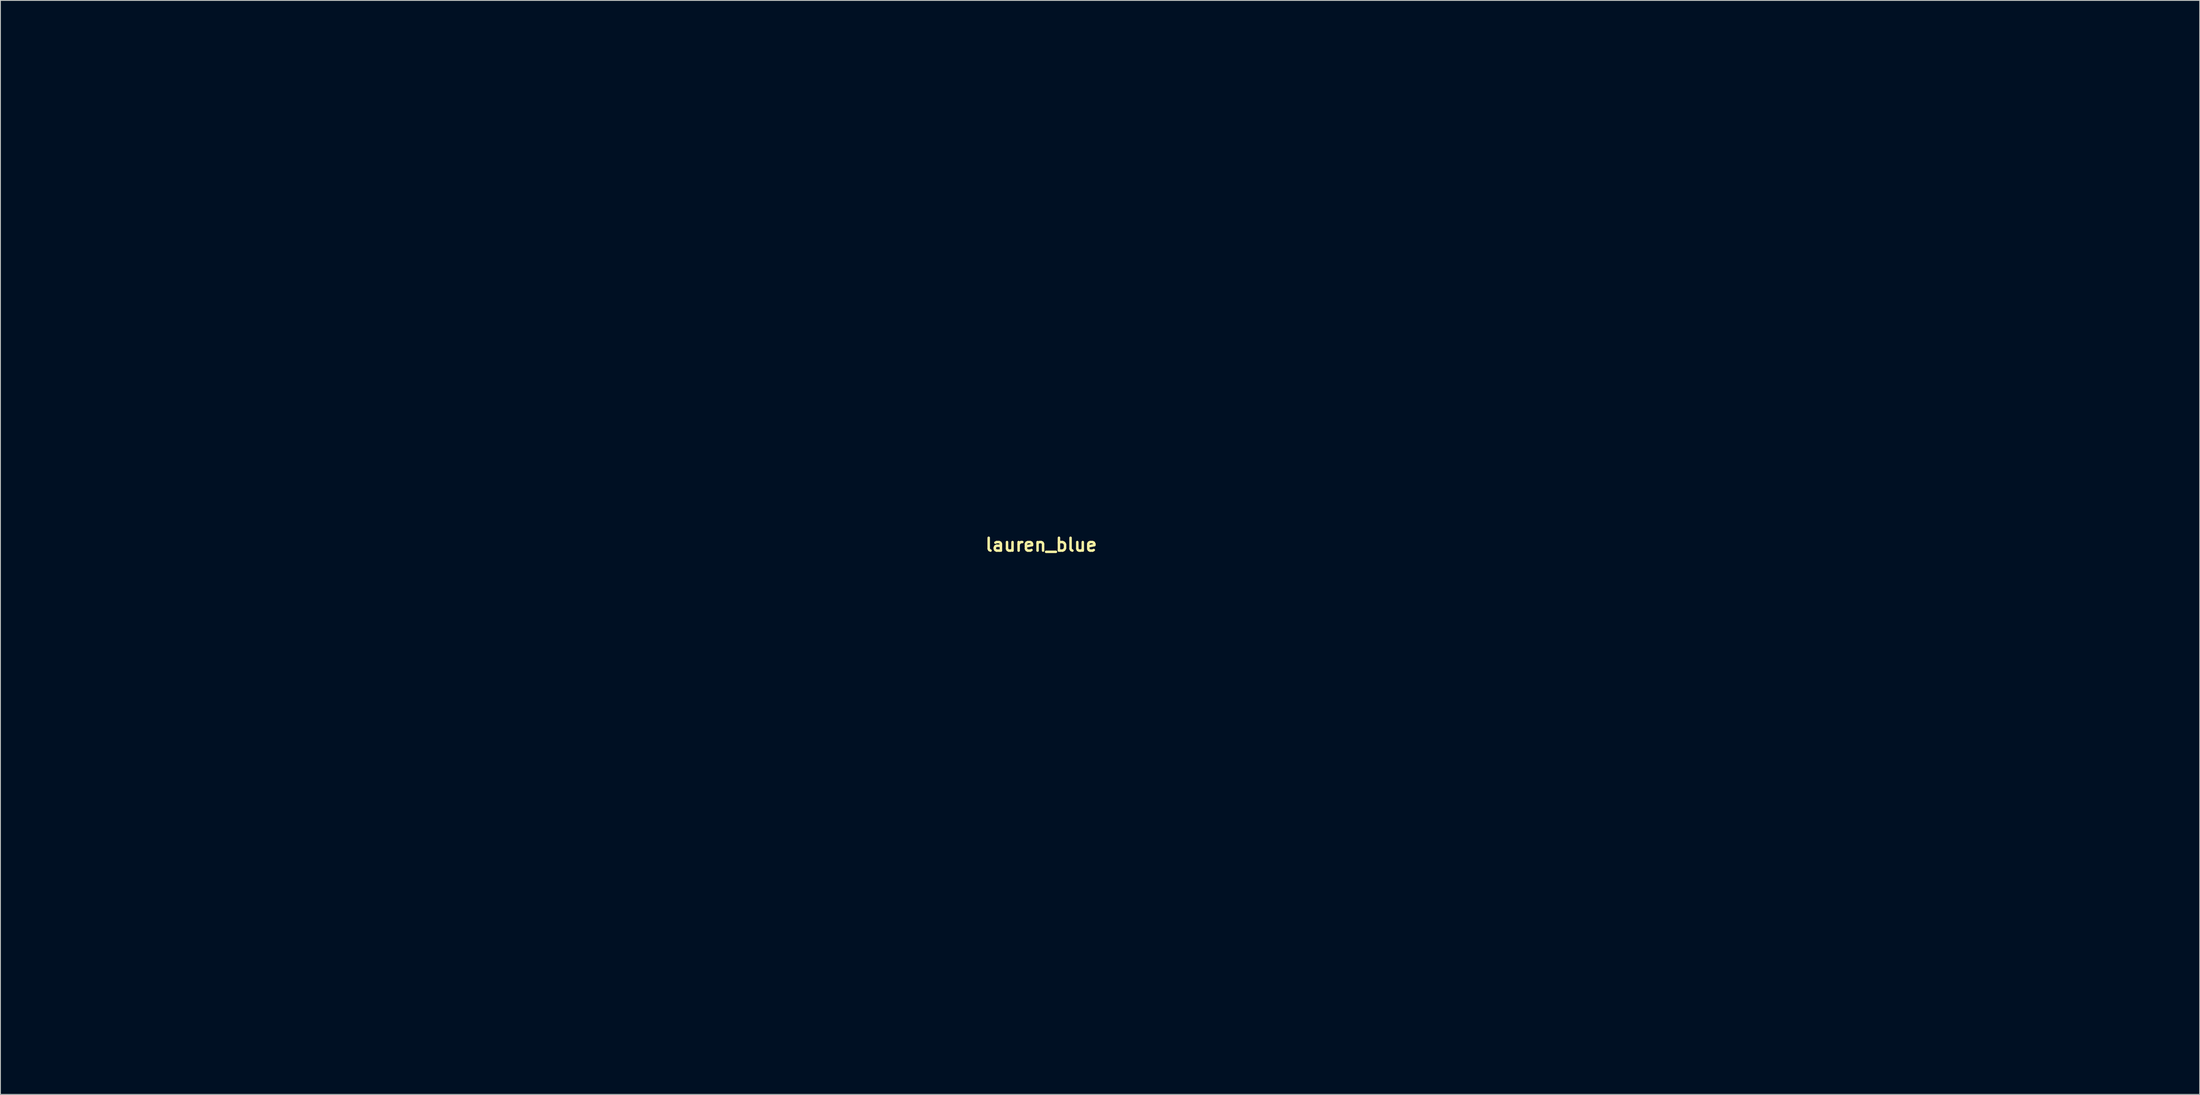
<source format=kicad_pcb>
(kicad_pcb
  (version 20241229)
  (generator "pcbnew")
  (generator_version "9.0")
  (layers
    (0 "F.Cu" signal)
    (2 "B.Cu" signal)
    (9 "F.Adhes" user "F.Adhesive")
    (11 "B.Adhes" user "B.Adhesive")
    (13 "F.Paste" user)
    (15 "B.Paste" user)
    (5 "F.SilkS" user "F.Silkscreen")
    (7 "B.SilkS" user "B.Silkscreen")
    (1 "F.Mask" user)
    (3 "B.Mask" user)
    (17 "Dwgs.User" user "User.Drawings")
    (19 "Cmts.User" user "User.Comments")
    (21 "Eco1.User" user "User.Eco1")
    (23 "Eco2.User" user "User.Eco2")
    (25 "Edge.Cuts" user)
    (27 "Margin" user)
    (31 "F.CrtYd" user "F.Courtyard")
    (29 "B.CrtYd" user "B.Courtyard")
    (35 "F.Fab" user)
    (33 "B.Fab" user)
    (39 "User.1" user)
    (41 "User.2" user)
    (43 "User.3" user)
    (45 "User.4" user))
  (footprint "lauren_blue"
    (layer "F.Cu")
    (at 120.639 61.674)
    (property "Reference" "lauren_blue" (at 0 0 0) (layer "F.SilkS") (effects (font (size 1.524 1.524) (thickness 0.3))))
    (attr through_hole)
    (fp_poly (pts (xy 52.32 49.794) (xy 53.483 49.906) (xy 53.679 62.248) (xy 50.833 62.248) (xy 48.661 55.63) (xy 48.747 58.849) (xy 48.832 62.069) (xy 46.132 62.292) (xy 46.23 56.099) (xy 46.328 49.906) (xy 47.432 49.798) (xy 48.133 49.792) (xy 48.663 50.006) (xy 49.108 50.553) (xy 49.551 51.546) (xy 50.076 53.095) (xy 50.199 53.483) (xy 51.098 56.345) (xy 51.158 49.681)) (stroke (width 0) (type solid)) (fill yes) (layer "F.Mask"))
    (fp_poly (pts (xy 28.083 0.537) (xy 24.058 0.638) (xy 20.034 0.739) (xy 20.034 6.407) (xy 22.449 6.513) (xy 24.863 6.618) (xy 24.863 10.911) (xy 22.449 11.017) (xy 20.034 11.123) (xy 20.034 16.814) (xy 23.582 16.814) (xy 25.157 16.835) (xy 26.499 16.892) (xy 27.422 16.974) (xy 27.696 17.031) (xy 28.038 17.363) (xy 28.214 18.121) (xy 28.262 19.357) (xy 28.262 21.465) (xy 14.658 21.465) (xy 14.846 -3.756) (xy 28.083 -3.756)) (stroke (width 0) (type solid)) (fill yes) (layer "F.Mask"))
    (fp_poly (pts (xy -40.022 52.231) (xy -44.003 52.231) (xy -44.003 53.46) (xy -43.933 54.301) (xy -43.586 54.67) (xy -42.84 54.802) (xy -42.034 54.963) (xy -41.722 55.381) (xy -41.677 55.987) (xy -41.768 56.74) (xy -42.188 57.069) (xy -42.84 57.173) (xy -44.003 57.285) (xy -44.003 62.248) (xy -45.266 62.248) (xy -46.162 62.129) (xy -46.681 61.835) (xy -46.707 61.786) (xy -46.761 61.285) (xy -46.796 60.202) (xy -46.81 58.67) (xy -46.802 56.822) (xy -46.785 55.615) (xy -46.686 49.906) (xy -40.246 49.906)) (stroke (width 0) (type solid)) (fill yes) (layer "F.Mask"))
    (fp_poly (pts (xy -11.09 21.494) (xy -14.015 21.39) (xy -16.94 21.286) (xy -19.186 14.31) (xy -21.432 7.334) (xy -21.465 21.465) (xy -23.909 21.465) (xy -25.172 21.432) (xy -26.135 21.347) (xy -26.592 21.227) (xy -26.592 21.226) (xy -26.66 20.811) (xy -26.716 19.783) (xy -26.76 18.241) (xy -26.792 16.289) (xy -26.812 14.028) (xy -26.822 11.559) (xy -26.82 8.983) (xy -26.808 6.402) (xy -26.786 3.918) (xy -26.753 1.632) (xy -26.711 -0.354) (xy -26.659 -1.939) (xy -26.598 -3.022) (xy -26.528 -3.5) (xy -26.526 -3.505) (xy -26.075 -3.764) (xy -25.09 -3.878) (xy -23.58 -3.863) (xy -20.928 -3.756) (xy -18.73 2.862) (xy -16.533 9.48) (xy -16.405 2.862) (xy -16.277 -3.756) (xy -13.684 -3.861) (xy -11.09 -3.967)) (stroke (width 0) (type solid)) (fill yes) (layer "F.Mask"))
    (fp_poly (pts (xy 102.719 52.231) (xy 98.738 52.231) (xy 98.738 53.46) (xy 98.807 54.301) (xy 99.155 54.67) (xy 99.901 54.802) (xy 100.706 54.963) (xy 101.019 55.381) (xy 101.063 55.987) (xy 100.973 56.74) (xy 100.553 57.069) (xy 99.901 57.173) (xy 99.108 57.324) (xy 98.792 57.729) (xy 98.738 58.496) (xy 98.769 59.201) (xy 98.981 59.572) (xy 99.554 59.736) (xy 100.616 59.814) (xy 101.711 59.902) (xy 102.283 60.081) (xy 102.521 60.475) (xy 102.606 61.085) (xy 102.719 62.248) (xy 99.465 62.248) (xy 97.738 62.211) (xy 96.645 62.095) (xy 96.108 61.888) (xy 96.034 61.786) (xy 95.98 61.285) (xy 95.945 60.202) (xy 95.931 58.67) (xy 95.939 56.822) (xy 95.956 55.615) (xy 96.055 49.906) (xy 102.494 49.906)) (stroke (width 0) (type solid)) (fill yes) (layer "F.Mask"))
    (fp_poly (pts (xy 130.809 -56.806) (xy 134.334 -56.703) (xy 134.334 -17.708) (xy 125.634 -17.508) (xy 123.435 -24.405) (xy 122.65 -26.858) (xy 121.827 -29.404) (xy 121.034 -31.843) (xy 120.334 -33.975) (xy 119.854 -35.417) (xy 118.471 -39.531) (xy 118.414 -17.53) (xy 110.538 -17.53) (xy 110.63 -37.116) (xy 110.723 -56.703) (xy 119.265 -56.703) (xy 122.671 -46.075) (xy 123.511 -43.468) (xy 124.284 -41.101) (xy 124.963 -39.054) (xy 125.52 -37.407) (xy 125.928 -36.242) (xy 126.16 -35.639) (xy 126.202 -35.573) (xy 126.233 -35.948) (xy 126.259 -36.949) (xy 126.279 -38.482) (xy 126.293 -40.456) (xy 126.299 -42.782) (xy 126.297 -45.366) (xy 126.296 -45.88) (xy 126.292 -48.936) (xy 126.303 -51.35) (xy 126.333 -53.198) (xy 126.385 -54.554) (xy 126.463 -55.492) (xy 126.569 -56.087) (xy 126.707 -56.412) (xy 126.775 -56.485) (xy 127.466 -56.71) (xy 128.846 -56.816)) (stroke (width 0) (type solid)) (fill yes) (layer "F.Mask"))
    (fp_poly (pts (xy 131.629 49.865) (xy 133.051 50.383) (xy 133.98 51.415) (xy 134.396 52.724) (xy 134.614 54.069) (xy 133.222 53.955) (xy 132.277 53.798) (xy 131.835 53.448) (xy 131.713 53.015) (xy 131.413 52.374) (xy 131.001 52.304) (xy 130.412 52.671) (xy 130.359 53.333) (xy 130.829 54.124) (xy 131.172 54.449) (xy 132.645 55.71) (xy 133.623 56.687) (xy 134.198 57.505) (xy 134.463 58.288) (xy 134.513 58.94) (xy 134.226 60.483) (xy 133.398 61.572) (xy 132.082 62.158) (xy 131.151 62.248) (xy 129.752 62.078) (xy 128.717 61.508) (xy 128.642 61.443) (xy 127.959 60.533) (xy 127.639 59.565) (xy 127.638 58.839) (xy 127.958 58.514) (xy 128.789 58.387) (xy 129.71 58.409) (xy 130.216 58.761) (xy 130.399 59.102) (xy 130.86 59.749) (xy 131.287 59.718) (xy 131.543 59.024) (xy 131.552 58.95) (xy 131.416 58.312) (xy 130.821 57.587) (xy 129.869 56.8) (xy 128.389 55.396) (xy 127.609 53.961) (xy 127.534 52.512) (xy 127.872 51.558) (xy 128.825 50.422) (xy 130.173 49.859)) (stroke (width 0) (type solid)) (fill yes) (layer "F.Mask"))
    (fp_poly (pts (xy 96.339 -56.809) (xy 98.303 -56.768) (xy 99.672 -56.694) (xy 100.485 -56.587) (xy 100.751 -56.486) (xy 101.01 -55.917) (xy 101.177 -54.861) (xy 101.251 -53.544) (xy 101.229 -52.189) (xy 101.11 -51.021) (xy 100.89 -50.262) (xy 100.813 -50.156) (xy 100.329 -49.973) (xy 99.271 -49.842) (xy 97.595 -49.762) (xy 95.259 -49.728) (xy 94.552 -49.727) (xy 88.721 -49.727) (xy 88.721 -40.783) (xy 92.076 -40.783) (xy 93.857 -40.747) (xy 95.028 -40.628) (xy 95.688 -40.414) (xy 95.847 -40.281) (xy 96.069 -39.607) (xy 96.171 -38.315) (xy 96.159 -36.793) (xy 96.055 -33.807) (xy 92.388 -33.705) (xy 88.721 -33.603) (xy 88.721 -24.685) (xy 94.377 -24.685) (xy 96.842 -24.662) (xy 98.653 -24.592) (xy 99.869 -24.469) (xy 100.552 -24.29) (xy 100.653 -24.231) (xy 100.961 -23.892) (xy 101.134 -23.33) (xy 101.198 -22.386) (xy 101.174 -20.901) (xy 101.169 -20.743) (xy 101.063 -17.708) (xy 90.775 -17.614) (xy 80.487 -17.519) (xy 80.579 -37.111) (xy 80.672 -56.703) (xy 90.466 -56.798) (xy 93.74 -56.819)) (stroke (width 0) (type solid)) (fill yes) (layer "F.Mask"))
    (fp_poly (pts (xy 83.58 49.939) (xy 84.503 50.074) (xy 85.154 50.366) (xy 85.646 50.768) (xy 86.568 52.065) (xy 86.81 53.578) (xy 86.371 55.294) (xy 86.233 55.596) (xy 85.459 57.195) (xy 86.196 59.58) (xy 86.561 60.783) (xy 86.825 61.686) (xy 86.932 62.102) (xy 86.932 62.107) (xy 86.615 62.196) (xy 85.826 62.245) (xy 85.545 62.248) (xy 84.158 62.248) (xy 83.509 59.744) (xy 83.156 58.524) (xy 82.827 57.632) (xy 82.589 57.244) (xy 82.57 57.239) (xy 82.428 57.567) (xy 82.325 58.429) (xy 82.282 59.644) (xy 82.282 59.744) (xy 82.282 62.248) (xy 81.018 62.248) (xy 80.123 62.129) (xy 79.603 61.835) (xy 79.578 61.786) (xy 79.523 61.285) (xy 79.488 60.202) (xy 79.474 58.67) (xy 79.483 56.822) (xy 79.5 55.615) (xy 79.534 53.662) (xy 82.282 53.662) (xy 82.339 54.614) (xy 82.554 55.01) (xy 82.869 55.03) (xy 83.541 54.648) (xy 83.851 54.288) (xy 84.009 53.47) (xy 83.624 52.71) (xy 82.869 52.294) (xy 82.488 52.363) (xy 82.314 52.872) (xy 82.282 53.662) (xy 79.534 53.662) (xy 79.599 49.906) (xy 82.164 49.906)) (stroke (width 0) (type solid)) (fill yes) (layer "F.Mask"))
    (fp_poly (pts (xy -42.408 -56.808) (xy -42.34 -56.806) (xy -38.815 -56.703) (xy -38.722 -40.694) (xy -38.629 -24.685) (xy -32.756 -24.685) (xy -30.357 -24.678) (xy -28.581 -24.627) (xy -27.333 -24.484) (xy -26.521 -24.201) (xy -26.051 -23.73) (xy -25.829 -23.023) (xy -25.762 -22.034) (xy -25.758 -21.111) (xy -25.742 -20.081) (xy -25.744 -19.268) (xy -25.841 -18.648) (xy -26.106 -18.194) (xy -26.616 -17.881) (xy -27.445 -17.683) (xy -28.669 -17.574) (xy -30.364 -17.529) (xy -32.605 -17.523) (xy -35.466 -17.529) (xy -36.29 -17.53) (xy -38.909 -17.538) (xy -41.293 -17.561) (xy -43.347 -17.596) (xy -44.98 -17.643) (xy -46.098 -17.697) (xy -46.608 -17.758) (xy -46.626 -17.768) (xy -46.672 -18.161) (xy -46.714 -19.203) (xy -46.753 -20.827) (xy -46.787 -22.966) (xy -46.817 -25.553) (xy -46.84 -28.523) (xy -46.856 -31.807) (xy -46.864 -35.339) (xy -46.865 -37.043) (xy -46.862 -41.319) (xy -46.854 -44.934) (xy -46.837 -47.941) (xy -46.812 -50.393) (xy -46.777 -52.344) (xy -46.73 -53.847) (xy -46.67 -54.957) (xy -46.596 -55.726) (xy -46.506 -56.208) (xy -46.399 -56.457) (xy -46.365 -56.494) (xy -45.696 -56.708) (xy -44.363 -56.813)) (stroke (width 0) (type solid)) (fill yes) (layer "F.Mask"))
    (fp_poly (pts (xy -26.583 49.965) (xy -25.316 50.771) (xy -24.748 51.316) (xy -24.394 51.839) (xy -24.193 52.53) (xy -24.085 53.583) (xy -24.021 54.898) (xy -23.985 57.17) (xy -24.106 58.866) (xy -24.408 60.112) (xy -24.914 61.035) (xy -25.229 61.393) (xy -26.384 62.085) (xy -27.81 62.287) (xy -29.256 62) (xy -30.299 61.385) (xy -30.746 60.965) (xy -31.042 60.522) (xy -31.224 59.898) (xy -31.331 58.936) (xy -31.384 57.807) (xy -28.562 57.807) (xy -28.469 59.032) (xy -28.237 59.719) (xy -27.84 59.955) (xy -27.299 59.847) (xy -27.068 59.592) (xy -26.934 58.969) (xy -26.883 57.865) (xy -26.905 56.168) (xy -26.908 56.034) (xy -26.965 54.392) (xy -27.043 53.336) (xy -27.171 52.74) (xy -27.378 52.474) (xy -27.694 52.41) (xy -27.725 52.41) (xy -28.054 52.464) (xy -28.27 52.713) (xy -28.404 53.286) (xy -28.485 54.313) (xy -28.543 55.923) (xy -28.544 55.958) (xy -28.562 57.807) (xy -31.384 57.807) (xy -31.4 57.48) (xy -31.426 56.71) (xy -31.443 54.468) (xy -31.311 52.816) (xy -30.996 51.641) (xy -30.468 50.829) (xy -29.695 50.265) (xy -29.66 50.247) (xy -28.071 49.751)) (stroke (width 0) (type solid)) (fill yes) (layer "F.Mask"))
    (fp_poly (pts (xy -10.736 49.938) (xy -9.866 50.081) (xy -9.234 50.405) (xy -8.683 50.898) (xy -8.038 51.697) (xy -7.749 52.591) (xy -7.692 53.633) (xy -7.855 55.139) (xy -8.358 56.112) (xy -8.691 56.524) (xy -8.83 56.942) (xy -8.769 57.556) (xy -8.502 58.557) (xy -8.268 59.335) (xy -7.899 60.581) (xy -7.63 61.547) (xy -7.514 62.04) (xy -7.513 62.057) (xy -7.827 62.181) (xy -8.607 62.196) (xy -8.854 62.18) (xy -9.563 62.093) (xy -10.017 61.874) (xy -10.344 61.364) (xy -10.669 60.407) (xy -10.888 59.654) (xy -11.268 58.462) (xy -11.616 57.599) (xy -11.861 57.241) (xy -11.872 57.239) (xy -12.015 57.567) (xy -12.12 58.429) (xy -12.163 59.644) (xy -12.163 59.744) (xy -12.163 62.248) (xy -14.685 62.248) (xy -14.587 56.077) (xy -14.548 53.662) (xy -12.163 53.662) (xy -12.094 54.647) (xy -11.805 55.042) (xy -11.18 54.962) (xy -10.941 54.876) (xy -10.401 54.375) (xy -10.328 53.636) (xy -10.645 52.886) (xy -11.275 52.353) (xy -11.835 52.231) (xy -12.041 52.548) (xy -12.155 53.341) (xy -12.163 53.662) (xy -14.548 53.662) (xy -14.489 49.906) (xy -12.082 49.906)) (stroke (width 0) (type solid)) (fill yes) (layer "F.Mask"))
    (fp_poly (pts (xy 35.027 50.247) (xy 35.809 50.804) (xy 36.346 51.605) (xy 36.668 52.763) (xy 36.808 54.395) (xy 36.795 56.613) (xy 36.792 56.71) (xy 36.728 58.412) (xy 36.641 59.556) (xy 36.494 60.299) (xy 36.249 60.797) (xy 35.868 61.207) (xy 35.665 61.385) (xy 34.394 62.081) (xy 32.934 62.287) (xy 31.535 62.005) (xy 30.595 61.393) (xy 29.985 60.578) (xy 29.59 59.5) (xy 29.387 58.031) (xy 29.383 57.807) (xy 32.255 57.807) (xy 32.348 59.032) (xy 32.579 59.719) (xy 32.977 59.955) (xy 33.518 59.847) (xy 33.749 59.592) (xy 33.883 58.969) (xy 33.934 57.865) (xy 33.912 56.168) (xy 33.909 56.034) (xy 33.852 54.392) (xy 33.774 53.336) (xy 33.646 52.74) (xy 33.439 52.474) (xy 33.123 52.41) (xy 33.092 52.41) (xy 32.763 52.464) (xy 32.547 52.713) (xy 32.413 53.286) (xy 32.332 54.313) (xy 32.274 55.923) (xy 32.273 55.958) (xy 32.255 57.807) (xy 29.383 57.807) (xy 29.352 56.046) (xy 29.387 54.898) (xy 29.464 53.39) (xy 29.582 52.405) (xy 29.803 51.752) (xy 30.186 51.239) (xy 30.682 50.771) (xy 32.084 49.915) (xy 33.581 49.768)) (stroke (width 0) (type solid)) (fill yes) (layer "F.Mask"))
    (fp_poly (pts (xy -110.012 -61.272) (xy -109.657 -60.348) (xy -109.199 -59.061) (xy -108.905 -58.198) (xy -107.803 -54.914) (xy -103.896 -54.735) (xy -99.99 -54.556) (xy -103.12 -52.279) (xy -104.389 -51.349) (xy -105.411 -50.59) (xy -106.068 -50.088) (xy -106.251 -49.931) (xy -106.144 -49.585) (xy -105.858 -48.714) (xy -105.442 -47.471) (xy -105.177 -46.686) (xy -104.707 -45.247) (xy -104.341 -44.038) (xy -104.133 -43.238) (xy -104.104 -43.045) (xy -104.368 -43.046) (xy -105.081 -43.414) (xy -106.126 -44.083) (xy -107.03 -44.722) (xy -108.287 -45.622) (xy -109.34 -46.336) (xy -110.049 -46.773) (xy -110.265 -46.865) (xy -110.694 -46.668) (xy -111.51 -46.154) (xy -112.437 -45.505) (xy -114.117 -44.287) (xy -115.299 -43.453) (xy -116.057 -42.958) (xy -116.463 -42.755) (xy -116.592 -42.8) (xy -116.559 -42.948) (xy -116.143 -44.142) (xy -115.705 -45.561) (xy -115.29 -47.031) (xy -114.945 -48.381) (xy -114.715 -49.439) (xy -114.646 -50.032) (xy -114.66 -50.088) (xy -115.026 -50.431) (xy -115.841 -51.078) (xy -116.967 -51.922) (xy -117.755 -52.493) (xy -120.639 -54.556) (xy -116.684 -54.657) (xy -112.729 -54.758) (xy -111.564 -58.312) (xy -111.069 -59.752) (xy -110.64 -60.874) (xy -110.329 -61.546) (xy -110.203 -61.674)) (stroke (width 0) (type solid)) (fill yes) (layer "F.Mask"))
    (fp_poly (pts (xy 67.899 49.979) (xy 69.036 50.669) (xy 69.784 51.428) (xy 70.057 52.188) (xy 70.048 52.905) (xy 69.895 53.788) (xy 69.518 54.188) (xy 68.946 54.313) (xy 68.207 54.277) (xy 67.771 53.823) (xy 67.563 53.311) (xy 67.093 52.476) (xy 66.589 52.306) (xy 66.312 52.471) (xy 66.125 52.924) (xy 66.004 53.789) (xy 65.926 55.192) (xy 65.901 55.962) (xy 65.894 57.9) (xy 66.016 59.179) (xy 66.283 59.846) (xy 66.711 59.95) (xy 67.155 59.679) (xy 67.524 59.08) (xy 67.602 58.341) (xy 67.398 57.757) (xy 67.077 57.597) (xy 66.651 57.277) (xy 66.541 56.524) (xy 66.58 55.889) (xy 66.82 55.572) (xy 67.446 55.463) (xy 68.33 55.451) (xy 70.118 55.451) (xy 70.118 57.971) (xy 70.086 59.364) (xy 69.952 60.262) (xy 69.658 60.888) (xy 69.24 61.37) (xy 68.066 62.08) (xy 66.627 62.289) (xy 65.172 61.996) (xy 64.146 61.385) (xy 63.699 60.965) (xy 63.403 60.522) (xy 63.221 59.898) (xy 63.114 58.936) (xy 63.045 57.48) (xy 63.02 56.71) (xy 63.002 54.468) (xy 63.134 52.816) (xy 63.449 51.641) (xy 63.978 50.829) (xy 64.75 50.265) (xy 64.785 50.247) (xy 66.383 49.76)) (stroke (width 0) (type solid)) (fill yes) (layer "F.Mask"))
    (fp_poly (pts (xy 16.807 49.796) (xy 17.05 49.822) (xy 18.639 50.242) (xy 19.687 51.108) (xy 20.24 52.459) (xy 20.241 52.464) (xy 20.328 53.257) (xy 20.035 53.635) (xy 19.364 53.831) (xy 18.26 53.927) (xy 17.674 53.584) (xy 17.53 52.925) (xy 17.266 52.343) (xy 16.814 52.231) (xy 16.493 52.279) (xy 16.285 52.507) (xy 16.167 53.043) (xy 16.113 54.015) (xy 16.099 55.549) (xy 16.099 55.928) (xy 16.118 57.485) (xy 16.171 58.762) (xy 16.248 59.599) (xy 16.312 59.838) (xy 16.811 59.946) (xy 17.31 59.592) (xy 17.53 58.99) (xy 17.664 58.544) (xy 18.189 58.348) (xy 18.961 58.313) (xy 19.881 58.36) (xy 20.291 58.59) (xy 20.391 59.132) (xy 20.392 59.235) (xy 20.116 60.159) (xy 19.403 61.144) (xy 19.346 61.202) (xy 18.46 61.914) (xy 17.492 62.209) (xy 16.695 62.248) (xy 15.567 62.159) (xy 14.797 61.793) (xy 14.163 61.147) (xy 13.763 60.63) (xy 13.498 60.109) (xy 13.341 59.427) (xy 13.264 58.425) (xy 13.239 56.948) (xy 13.237 55.932) (xy 13.242 54.163) (xy 13.28 52.954) (xy 13.383 52.153) (xy 13.583 51.605) (xy 13.913 51.156) (xy 14.327 50.728) (xy 15.1 50.049) (xy 15.811 49.777)) (stroke (width 0) (type solid)) (fill yes) (layer "F.Mask"))
    (fp_poly (pts (xy 41.429 -3.866) (xy 42.449 -3.776) (xy 43.241 -3.6) (xy 43.966 -3.32) (xy 44.248 -3.187) (xy 45.877 -2.028) (xy 47.083 -0.419) (xy 47.844 1.495) (xy 48.135 3.568) (xy 47.932 5.655) (xy 47.212 7.612) (xy 46.253 8.979) (xy 44.992 10.376) (xy 46.644 15.718) (xy 47.21 17.562) (xy 47.692 19.159) (xy 48.055 20.387) (xy 48.262 21.124) (xy 48.296 21.278) (xy 47.967 21.368) (xy 47.097 21.411) (xy 45.858 21.401) (xy 45.554 21.39) (xy 42.813 21.286) (xy 41.399 16.188) (xy 40.825 14.168) (xy 40.382 12.746) (xy 40.029 11.826) (xy 39.729 11.312) (xy 39.44 11.107) (xy 39.311 11.09) (xy 39.048 11.135) (xy 38.863 11.343) (xy 38.744 11.821) (xy 38.676 12.676) (xy 38.645 14.016) (xy 38.637 15.949) (xy 38.637 16.277) (xy 38.637 21.465) (xy 33.261 21.465) (xy 33.416 0.715) (xy 38.637 0.715) (xy 38.637 6.797) (xy 39.95 6.797) (xy 41.016 6.639) (xy 41.859 6.254) (xy 41.918 6.205) (xy 42.388 5.444) (xy 42.567 4.197) (xy 42.572 3.88) (xy 42.354 2.296) (xy 41.691 1.266) (xy 40.565 0.769) (xy 39.889 0.715) (xy 38.637 0.715) (xy 33.416 0.715) (xy 33.449 -3.756) (xy 38.054 -3.857) (xy 40.017 -3.887)) (stroke (width 0) (type solid)) (fill yes) (layer "F.Mask"))
    (fp_poly (pts (xy 116.352 50.018) (xy 117.502 50.79) (xy 118.238 51.888) (xy 118.414 52.799) (xy 118.354 53.625) (xy 118.026 53.958) (xy 117.211 54.02) (xy 117.201 54.02) (xy 116.322 53.918) (xy 115.891 53.509) (xy 115.763 53.125) (xy 115.378 52.42) (xy 114.847 52.263) (xy 114.381 52.7) (xy 114.333 52.812) (xy 114.422 53.329) (xy 115.015 54.137) (xy 116.153 55.288) (xy 116.346 55.468) (xy 117.439 56.509) (xy 118.1 57.249) (xy 118.433 57.861) (xy 118.542 58.515) (xy 118.542 59.072) (xy 118.217 60.578) (xy 117.36 61.619) (xy 116.015 62.154) (xy 115.085 62.22) (xy 114.033 62.16) (xy 113.257 62.047) (xy 113.13 62.008) (xy 112.592 61.51) (xy 112.063 60.61) (xy 111.696 59.608) (xy 111.617 59.046) (xy 111.749 58.543) (xy 112.275 58.339) (xy 112.878 58.313) (xy 113.811 58.424) (xy 114.316 58.855) (xy 114.476 59.2) (xy 114.926 59.778) (xy 115.475 59.866) (xy 115.86 59.476) (xy 115.91 59.151) (xy 115.664 58.662) (xy 115.056 57.922) (xy 114.282 57.129) (xy 113.534 56.48) (xy 113.008 56.173) (xy 112.968 56.168) (xy 112.58 55.855) (xy 112.159 55.082) (xy 111.807 54.091) (xy 111.624 53.126) (xy 111.617 52.937) (xy 111.942 51.69) (xy 112.791 50.619) (xy 113.968 49.91) (xy 114.961 49.727)) (stroke (width 0) (type solid)) (fill yes) (layer "F.Mask"))
    (fp_poly (pts (xy -32.197 6.013) (xy -32.213 9.513) (xy -32.261 12.401) (xy -32.339 14.653) (xy -32.447 16.242) (xy -32.584 17.145) (xy -32.603 17.208) (xy -33.363 18.654) (xy -34.554 20.04) (xy -35.925 21.093) (xy -36.389 21.329) (xy -37.842 21.695) (xy -39.615 21.786) (xy -41.371 21.605) (xy -42.561 21.256) (xy -44.007 20.459) (xy -45.084 19.398) (xy -45.919 18.066) (xy -46.143 17.618) (xy -46.318 17.146) (xy -46.451 16.563) (xy -46.548 15.779) (xy -46.613 14.705) (xy -46.654 13.253) (xy -46.676 11.333) (xy -46.685 8.857) (xy -46.686 6.439) (xy -46.686 -3.756) (xy -44.214 -3.863) (xy -42.686 -3.873) (xy -41.779 -3.731) (xy -41.447 -3.506) (xy -41.368 -3.037) (xy -41.298 -1.95) (xy -41.237 -0.345) (xy -41.19 1.682) (xy -41.159 4.033) (xy -41.146 6.608) (xy -41.146 6.636) (xy -41.141 9.657) (xy -41.119 12.039) (xy -41.071 13.856) (xy -40.984 15.186) (xy -40.847 16.103) (xy -40.649 16.684) (xy -40.377 17.004) (xy -40.022 17.14) (xy -39.57 17.166) (xy -39.549 17.166) (xy -39.04 17.15) (xy -38.636 17.061) (xy -38.324 16.823) (xy -38.089 16.361) (xy -37.918 15.599) (xy -37.797 14.463) (xy -37.712 12.877) (xy -37.648 10.765) (xy -37.594 8.053) (xy -37.563 6.363) (xy -37.385 -3.756) (xy -34.791 -3.861) (xy -32.197 -3.967)) (stroke (width 0) (type solid)) (fill yes) (layer "F.Mask"))
    (fp_poly (pts (xy 2.354 -3.798) (xy 3.72 -3.674) (xy 4.377 -3.555) (xy 5.944 -2.822) (xy 7.384 -1.605) (xy 8.477 -0.12) (xy 8.902 0.902) (xy 9.051 1.823) (xy 9.164 3.289) (xy 9.243 5.155) (xy 9.286 7.272) (xy 9.295 9.493) (xy 9.269 11.671) (xy 9.208 13.658) (xy 9.112 15.307) (xy 8.982 16.47) (xy 8.896 16.85) (xy 8.135 18.296) (xy 6.944 19.682) (xy 5.574 20.736) (xy 5.109 20.971) (xy 4.278 21.183) (xy 3.003 21.34) (xy 1.443 21.441) (xy -0.246 21.486) (xy -1.906 21.475) (xy -3.379 21.405) (xy -4.507 21.278) (xy -5.133 21.092) (xy -5.203 21.015) (xy -5.242 20.562) (xy -5.271 19.479) (xy -5.292 17.854) (xy -5.298 16.814) (xy 0 16.814) (xy 1.422 16.814) (xy 2.417 16.728) (xy 3.007 16.362) (xy 3.389 15.759) (xy 3.606 15.171) (xy 3.761 14.308) (xy 3.862 13.06) (xy 3.917 11.321) (xy 3.935 8.984) (xy 3.935 8.759) (xy 3.915 6.15) (xy 3.833 4.17) (xy 3.662 2.735) (xy 3.371 1.758) (xy 2.931 1.155) (xy 2.313 0.84) (xy 1.487 0.728) (xy 1.163 0.721) (xy 0 0.715) (xy 0 16.814) (xy -5.298 16.814) (xy -5.304 15.772) (xy -5.305 13.319) (xy -5.296 10.582) (xy -5.282 8.405) (xy -5.187 -3.756) (xy -1.155 -3.858) (xy 0.655 -3.863)) (stroke (width 0) (type solid)) (fill yes) (layer "F.Mask"))
    (fp_poly (pts (xy 127.043 -3.869) (xy 128.897 -3.673) (xy 130.331 -3.296) (xy 131.49 -2.691) (xy 132.518 -1.813) (xy 132.971 -1.323) (xy 133.467 -0.7) (xy 133.849 -0.035) (xy 134.129 0.769) (xy 134.32 1.809) (xy 134.434 3.182) (xy 134.485 4.985) (xy 134.484 7.315) (xy 134.448 10.044) (xy 134.407 12.447) (xy 134.362 14.249) (xy 134.299 15.562) (xy 134.202 16.5) (xy 134.058 17.178) (xy 133.85 17.709) (xy 133.564 18.206) (xy 133.326 18.569) (xy 132.493 19.642) (xy 131.544 20.422) (xy 130.353 20.95) (xy 128.797 21.27) (xy 126.75 21.425) (xy 124.824 21.457) (xy 123.096 21.442) (xy 121.636 21.395) (xy 120.588 21.324) (xy 120.096 21.236) (xy 120.084 21.226) (xy 120.024 20.821) (xy 119.973 19.803) (xy 119.93 18.271) (xy 119.897 16.329) (xy 119.872 14.077) (xy 119.856 11.617) (xy 119.85 9.051) (xy 119.852 6.479) (xy 119.864 4.004) (xy 119.885 1.726) (xy 119.901 0.715) (xy 125.569 0.715) (xy 125.569 16.814) (xy 126.801 16.814) (xy 127.939 16.596) (xy 128.59 16.019) (xy 128.795 15.603) (xy 128.945 14.961) (xy 129.047 13.989) (xy 129.11 12.587) (xy 129.14 10.652) (xy 129.146 8.685) (xy 129.141 6.355) (xy 129.119 4.633) (xy 129.068 3.411) (xy 128.979 2.582) (xy 128.841 2.038) (xy 128.643 1.672) (xy 128.431 1.431) (xy 127.529 0.892) (xy 126.642 0.715) (xy 125.569 0.715) (xy 119.901 0.715) (xy 119.916 -0.252) (xy 119.956 -1.829) (xy 120.006 -2.905) (xy 120.062 -3.369) (xy 120.262 -3.613) (xy 120.717 -3.776) (xy 121.545 -3.873) (xy 122.863 -3.919) (xy 124.623 -3.927)) (stroke (width 0) (type solid)) (fill yes) (layer "F.Mask"))
    (fp_poly (pts (xy 58.324 -56.854) (xy 60.598 -56.754) (xy 62.399 -56.561) (xy 63.849 -56.25) (xy 65.07 -55.8) (xy 66.18 -55.188) (xy 66.834 -54.741) (xy 68.576 -53.059) (xy 69.879 -50.942) (xy 70.736 -48.523) (xy 71.141 -45.932) (xy 71.091 -43.305) (xy 70.577 -40.771) (xy 69.596 -38.465) (xy 68.14 -36.518) (xy 67.643 -36.052) (xy 66.285 -34.88) (xy 68.899 -26.473) (xy 69.61 -24.142) (xy 70.224 -22.036) (xy 70.717 -20.252) (xy 71.062 -18.885) (xy 71.233 -18.031) (xy 71.232 -17.785) (xy 70.779 -17.68) (xy 69.771 -17.612) (xy 68.368 -17.588) (xy 67.078 -17.606) (xy 63.205 -17.708) (xy 61.001 -25.579) (xy 58.798 -33.449) (xy 56.524 -33.674) (xy 56.524 -17.53) (xy 52.627 -17.53) (xy 50.858 -17.546) (xy 49.681 -17.608) (xy 48.974 -17.731) (xy 48.613 -17.932) (xy 48.513 -18.095) (xy 48.471 -18.553) (xy 48.432 -19.658) (xy 48.396 -21.339) (xy 48.365 -23.53) (xy 48.338 -26.16) (xy 48.318 -29.16) (xy 48.303 -32.463) (xy 48.296 -35.997) (xy 48.296 -37.342) (xy 48.3 -41.761) (xy 48.313 -45.506) (xy 48.337 -48.622) (xy 48.352 -49.727) (xy 56.524 -49.727) (xy 56.524 -40.068) (xy 58.603 -40.068) (xy 59.975 -40.138) (xy 60.882 -40.393) (xy 61.487 -40.817) (xy 62.4 -41.999) (xy 62.867 -43.508) (xy 62.963 -44.938) (xy 62.711 -46.901) (xy 61.959 -48.355) (xy 60.713 -49.292) (xy 58.982 -49.706) (xy 58.412 -49.727) (xy 56.524 -49.727) (xy 48.352 -49.727) (xy 48.371 -51.149) (xy 48.418 -53.132) (xy 48.477 -54.613) (xy 48.551 -55.633) (xy 48.639 -56.237) (xy 48.725 -56.452) (xy 49.185 -56.628) (xy 50.195 -56.755) (xy 51.802 -56.837) (xy 54.053 -56.877) (xy 55.457 -56.882)) (stroke (width 0) (type solid)) (fill yes) (layer "F.Mask"))
    (fp_poly (pts (xy 90.158 -3.638) (xy 91.652 -2.895) (xy 92.563 -2.267) (xy 93.268 -1.615) (xy 93.795 -0.838) (xy 94.172 0.165) (xy 94.427 1.492) (xy 94.589 3.244) (xy 94.685 5.522) (xy 94.739 8.094) (xy 94.761 10.916) (xy 94.732 13.293) (xy 94.655 15.148) (xy 94.532 16.403) (xy 94.462 16.753) (xy 93.592 18.699) (xy 92.192 20.222) (xy 90.351 21.261) (xy 88.157 21.755) (xy 87.29 21.786) (xy 85.952 21.705) (xy 84.733 21.521) (xy 84.249 21.392) (xy 82.687 20.513) (xy 81.31 19.115) (xy 80.456 17.708) (xy 80.224 17.125) (xy 80.052 16.444) (xy 79.932 15.553) (xy 79.854 14.34) (xy 79.81 12.693) (xy 79.79 10.5) (xy 79.787 9.123) (xy 79.791 8.685) (xy 85.144 8.685) (xy 85.153 11.165) (xy 85.185 13.03) (xy 85.247 14.381) (xy 85.347 15.32) (xy 85.493 15.947) (xy 85.691 16.363) (xy 85.715 16.397) (xy 86.529 17.025) (xy 87.536 17.122) (xy 88.476 16.714) (xy 88.976 16.099) (xy 89.145 15.397) (xy 89.277 14.133) (xy 89.372 12.456) (xy 89.429 10.514) (xy 89.447 8.455) (xy 89.427 6.428) (xy 89.368 4.579) (xy 89.269 3.059) (xy 89.13 2.015) (xy 89.025 1.676) (xy 88.224 0.678) (xy 87.277 0.357) (xy 86.264 0.728) (xy 85.859 1.073) (xy 85.611 1.366) (xy 85.427 1.747) (xy 85.299 2.318) (xy 85.217 3.186) (xy 85.17 4.453) (xy 85.149 6.224) (xy 85.144 8.604) (xy 85.144 8.685) (xy 79.791 8.685) (xy 79.806 6.641) (xy 79.862 4.414) (xy 79.95 2.562) (xy 80.064 1.205) (xy 80.177 0.537) (xy 81.003 -1.211) (xy 82.335 -2.59) (xy 84.045 -3.56) (xy 86.004 -4.083) (xy 88.084 -4.122)) (stroke (width 0) (type solid)) (fill yes) (layer "F.Mask"))
    (fp_poly (pts (xy 20.218 -56.806) (xy 23.79 -56.703) (xy 23.97 -41.499) (xy 24.016 -38.249) (xy 24.071 -35.207) (xy 24.135 -32.451) (xy 24.205 -30.058) (xy 24.278 -28.105) (xy 24.351 -26.671) (xy 24.423 -25.833) (xy 24.461 -25.655) (xy 25.152 -24.893) (xy 26.223 -24.316) (xy 27.339 -24.08) (xy 27.754 -24.123) (xy 28.633 -24.546) (xy 29.325 -25.114) (xy 29.502 -25.325) (xy 29.648 -25.588) (xy 29.765 -25.969) (xy 29.857 -26.535) (xy 29.927 -27.354) (xy 29.978 -28.492) (xy 30.012 -30.015) (xy 30.034 -31.992) (xy 30.045 -34.489) (xy 30.05 -37.573) (xy 30.051 -40.986) (xy 30.054 -44.768) (xy 30.066 -47.895) (xy 30.088 -50.427) (xy 30.122 -52.424) (xy 30.17 -53.946) (xy 30.234 -55.052) (xy 30.316 -55.805) (xy 30.417 -56.262) (xy 30.541 -56.485) (xy 30.551 -56.494) (xy 31.219 -56.708) (xy 32.553 -56.813) (xy 34.508 -56.808) (xy 34.575 -56.806) (xy 38.1 -56.703) (xy 38.193 -41.254) (xy 38.215 -37.52) (xy 38.228 -34.429) (xy 38.231 -31.911) (xy 38.22 -29.894) (xy 38.193 -28.306) (xy 38.147 -27.076) (xy 38.078 -26.132) (xy 37.985 -25.402) (xy 37.865 -24.815) (xy 37.714 -24.3) (xy 37.53 -23.784) (xy 37.513 -23.738) (xy 36.304 -21.48) (xy 34.574 -19.615) (xy 32.43 -18.199) (xy 29.983 -17.289) (xy 27.342 -16.939) (xy 24.732 -17.183) (xy 22.03 -18.065) (xy 19.797 -19.484) (xy 18.049 -21.421) (xy 16.803 -23.859) (xy 16.116 -26.519) (xy 16.008 -27.545) (xy 15.918 -29.114) (xy 15.845 -31.133) (xy 15.79 -33.508) (xy 15.752 -36.145) (xy 15.732 -38.95) (xy 15.728 -41.829) (xy 15.74 -44.688) (xy 15.768 -47.434) (xy 15.813 -49.972) (xy 15.873 -52.208) (xy 15.949 -54.049) (xy 16.04 -55.4) (xy 16.146 -56.167) (xy 16.193 -56.291) (xy 16.502 -56.577) (xy 17.013 -56.75) (xy 17.871 -56.828) (xy 19.219 -56.83)) (stroke (width 0) (type solid)) (fill yes) (layer "F.Mask"))
    (fp_poly (pts (xy 108.719 -4.107) (xy 110.706 -3.408) (xy 112.338 -2.278) (xy 113.05 -1.584) (xy 113.601 -0.881) (xy 114.01 -0.067) (xy 114.298 0.959) (xy 114.487 2.298) (xy 114.596 4.052) (xy 114.646 6.32) (xy 114.658 9.123) (xy 114.654 11.643) (xy 114.636 13.559) (xy 114.593 14.978) (xy 114.517 16.011) (xy 114.396 16.768) (xy 114.222 17.358) (xy 113.983 17.891) (xy 113.846 18.155) (xy 112.602 19.851) (xy 110.952 20.996) (xy 108.845 21.62) (xy 107.535 21.748) (xy 105.969 21.762) (xy 104.814 21.607) (xy 103.777 21.233) (xy 103.449 21.074) (xy 102.15 20.172) (xy 101.049 18.997) (xy 100.945 18.847) (xy 100.634 18.362) (xy 100.398 17.901) (xy 100.224 17.362) (xy 100.102 16.638) (xy 100.019 15.626) (xy 99.963 14.223) (xy 99.922 12.323) (xy 99.885 9.823) (xy 99.881 9.522) (xy 99.874 8.918) (xy 105.177 8.918) (xy 105.187 11.558) (xy 105.23 13.568) (xy 105.326 15.033) (xy 105.496 16.038) (xy 105.761 16.669) (xy 106.139 17.011) (xy 106.652 17.15) (xy 107.145 17.172) (xy 108.06 16.939) (xy 108.551 16.61) (xy 108.745 16.318) (xy 108.89 15.822) (xy 108.993 15.028) (xy 109.059 13.842) (xy 109.096 12.169) (xy 109.111 9.915) (xy 109.113 8.76) (xy 109.11 6.301) (xy 109.096 4.459) (xy 109.059 3.135) (xy 108.991 2.231) (xy 108.881 1.647) (xy 108.72 1.285) (xy 108.496 1.047) (xy 108.318 0.915) (xy 107.359 0.424) (xy 106.57 0.535) (xy 105.893 1.073) (xy 105.648 1.361) (xy 105.466 1.735) (xy 105.338 2.296) (xy 105.255 3.147) (xy 105.206 4.39) (xy 105.184 6.126) (xy 105.178 8.459) (xy 105.177 8.918) (xy 99.874 8.918) (xy 99.851 6.825) (xy 99.851 4.739) (xy 99.885 3.16) (xy 99.958 1.984) (xy 100.076 1.108) (xy 100.244 0.427) (xy 100.351 0.121) (xy 101.384 -1.669) (xy 102.867 -3.012) (xy 104.67 -3.884) (xy 106.664 -4.257)) (stroke (width 0) (type solid)) (fill yes) (layer "F.Mask"))
    (fp_poly (pts (xy -3.522 -56.875) (xy -2.296 -56.839) (xy -1.527 -56.752) (xy -1.085 -56.591) (xy -0.842 -56.334) (xy -0.717 -56.077) (xy -0.581 -55.587) (xy -0.314 -54.48) (xy 0.065 -52.834) (xy 0.539 -50.732) (xy 1.092 -48.252) (xy 1.705 -45.475) (xy 2.361 -42.48) (xy 3.044 -39.348) (xy 3.735 -36.159) (xy 4.418 -32.993) (xy 5.075 -29.93) (xy 5.688 -27.051) (xy 6.241 -24.434) (xy 6.716 -22.161) (xy 7.095 -20.311) (xy 7.362 -18.965) (xy 7.498 -18.202) (xy 7.513 -18.073) (xy 7.404 -17.829) (xy 7.002 -17.67) (xy 6.191 -17.577) (xy 4.858 -17.536) (xy 3.599 -17.53) (xy 1.887 -17.562) (xy 0.54 -17.65) (xy -0.311 -17.783) (xy -0.54 -17.893) (xy -0.707 -18.406) (xy -0.934 -19.417) (xy -1.176 -20.716) (xy -1.198 -20.845) (xy -1.63 -23.432) (xy -5.293 -23.534) (xy -7.077 -23.559) (xy -8.243 -23.507) (xy -8.891 -23.371) (xy -9.106 -23.177) (xy -9.233 -22.613) (xy -9.428 -21.562) (xy -9.65 -20.24) (xy -9.668 -20.123) (xy -10.082 -17.53) (xy -13.963 -17.53) (xy -15.554 -17.553) (xy -16.861 -17.616) (xy -17.731 -17.708) (xy -18.009 -17.798) (xy -17.959 -18.173) (xy -17.773 -19.169) (xy -17.467 -20.71) (xy -17.058 -22.716) (xy -16.563 -25.111) (xy -15.997 -27.818) (xy -15.396 -30.677) (xy -7.848 -30.677) (xy -7.766 -30.345) (xy -7.394 -30.155) (xy -6.584 -30.069) (xy -5.366 -30.051) (xy -4.132 -30.087) (xy -3.238 -30.183) (xy -2.864 -30.317) (xy -2.862 -30.328) (xy -2.922 -30.794) (xy -3.085 -31.827) (xy -3.328 -33.289) (xy -3.626 -35.042) (xy -3.956 -36.95) (xy -4.294 -38.875) (xy -4.615 -40.68) (xy -4.896 -42.226) (xy -5.113 -43.377) (xy -5.243 -43.995) (xy -5.244 -44.003) (xy -5.387 -44.032) (xy -5.616 -43.351) (xy -5.933 -41.961) (xy -6.337 -39.864) (xy -6.65 -38.1) (xy -7.018 -35.946) (xy -7.342 -34.008) (xy -7.601 -32.404) (xy -7.776 -31.257) (xy -7.848 -30.688) (xy -7.848 -30.677) (xy -15.396 -30.677) (xy -15.379 -30.758) (xy -14.723 -33.854) (xy -14.047 -37.028) (xy -13.367 -40.204) (xy -12.7 -43.302) (xy -12.062 -46.247) (xy -11.471 -48.959) (xy -10.941 -51.362) (xy -10.491 -53.378) (xy -10.136 -54.93) (xy -9.893 -55.939) (xy -9.806 -56.256) (xy -9.646 -56.523) (xy -9.282 -56.703) (xy -8.592 -56.811) (xy -7.455 -56.865) (xy -5.748 -56.881) (xy -5.334 -56.882)) (stroke (width 0) (type solid)) (fill yes) (layer "F.Mask"))
    (fp_poly (pts (xy 56.178 -3.848) (xy 57.093 -3.687) (xy 57.504 -3.488) (xy 57.681 -2.989) (xy 57.927 -1.92) (xy 58.216 -0.42) (xy 58.519 1.373) (xy 58.638 2.146) (xy 58.93 4.027) (xy 59.204 5.68) (xy 59.434 6.963) (xy 59.596 7.737) (xy 59.636 7.87) (xy 59.756 7.715) (xy 59.956 6.953) (xy 60.215 5.685) (xy 60.511 4.013) (xy 60.781 2.325) (xy 61.711 -3.756) (xy 63.95 -3.863) (xy 64.831 -3.906) (xy 65.496 -3.879) (xy 65.992 -3.695) (xy 66.365 -3.263) (xy 66.664 -2.494) (xy 66.933 -1.301) (xy 67.222 0.407) (xy 67.576 2.717) (xy 67.638 3.119) (xy 67.932 4.979) (xy 68.198 6.548) (xy 68.415 7.709) (xy 68.562 8.346) (xy 68.606 8.429) (xy 68.7 8.047) (xy 68.874 7.078) (xy 69.108 5.644) (xy 69.381 3.867) (xy 69.574 2.559) (xy 69.869 0.597) (xy 70.149 -1.124) (xy 70.389 -2.476) (xy 70.569 -3.33) (xy 70.641 -3.555) (xy 71.104 -3.757) (xy 72.036 -3.881) (xy 73.198 -3.927) (xy 74.35 -3.893) (xy 75.251 -3.776) (xy 75.652 -3.596) (xy 75.627 -3.2) (xy 75.486 -2.199) (xy 75.249 -0.69) (xy 74.932 1.228) (xy 74.552 3.458) (xy 74.126 5.901) (xy 73.673 8.459) (xy 73.21 11.035) (xy 72.753 13.531) (xy 72.32 15.849) (xy 71.928 17.891) (xy 71.595 19.558) (xy 71.36 20.66) (xy 71.204 21.084) (xy 70.864 21.325) (xy 70.174 21.436) (xy 68.967 21.464) (xy 68.681 21.465) (xy 67.445 21.43) (xy 66.546 21.337) (xy 66.167 21.206) (xy 66.165 21.196) (xy 66.103 20.771) (xy 65.943 19.761) (xy 65.705 18.286) (xy 65.408 16.468) (xy 65.141 14.846) (xy 64.772 12.636) (xy 64.484 11.063) (xy 64.25 10.136) (xy 64.045 9.868) (xy 63.842 10.266) (xy 63.616 11.342) (xy 63.34 13.106) (xy 62.989 15.567) (xy 62.972 15.687) (xy 62.7 17.537) (xy 62.446 19.136) (xy 62.233 20.35) (xy 62.083 21.043) (xy 62.047 21.143) (xy 61.583 21.347) (xy 60.663 21.454) (xy 59.518 21.469) (xy 58.382 21.398) (xy 57.487 21.248) (xy 57.065 21.024) (xy 57.063 21.018) (xy 56.91 20.418) (xy 56.656 19.247) (xy 56.32 17.602) (xy 55.919 15.583) (xy 55.473 13.286) (xy 55 10.811) (xy 54.519 8.256) (xy 54.046 5.718) (xy 53.602 3.296) (xy 53.205 1.089) (xy 52.872 -0.806) (xy 52.622 -2.291) (xy 52.474 -3.267) (xy 52.445 -3.634) (xy 52.912 -3.83) (xy 53.849 -3.927) (xy 55.017 -3.93)) (stroke (width 0) (type solid)) (fill yes) (layer "F.Mask")))
  (gr_rect
    (start -3 -3)
    (end 258.253 126.966)
    (stroke (width 0.1) (type default))
    (fill no)
    (layer "Edge.Cuts")))
</source>
